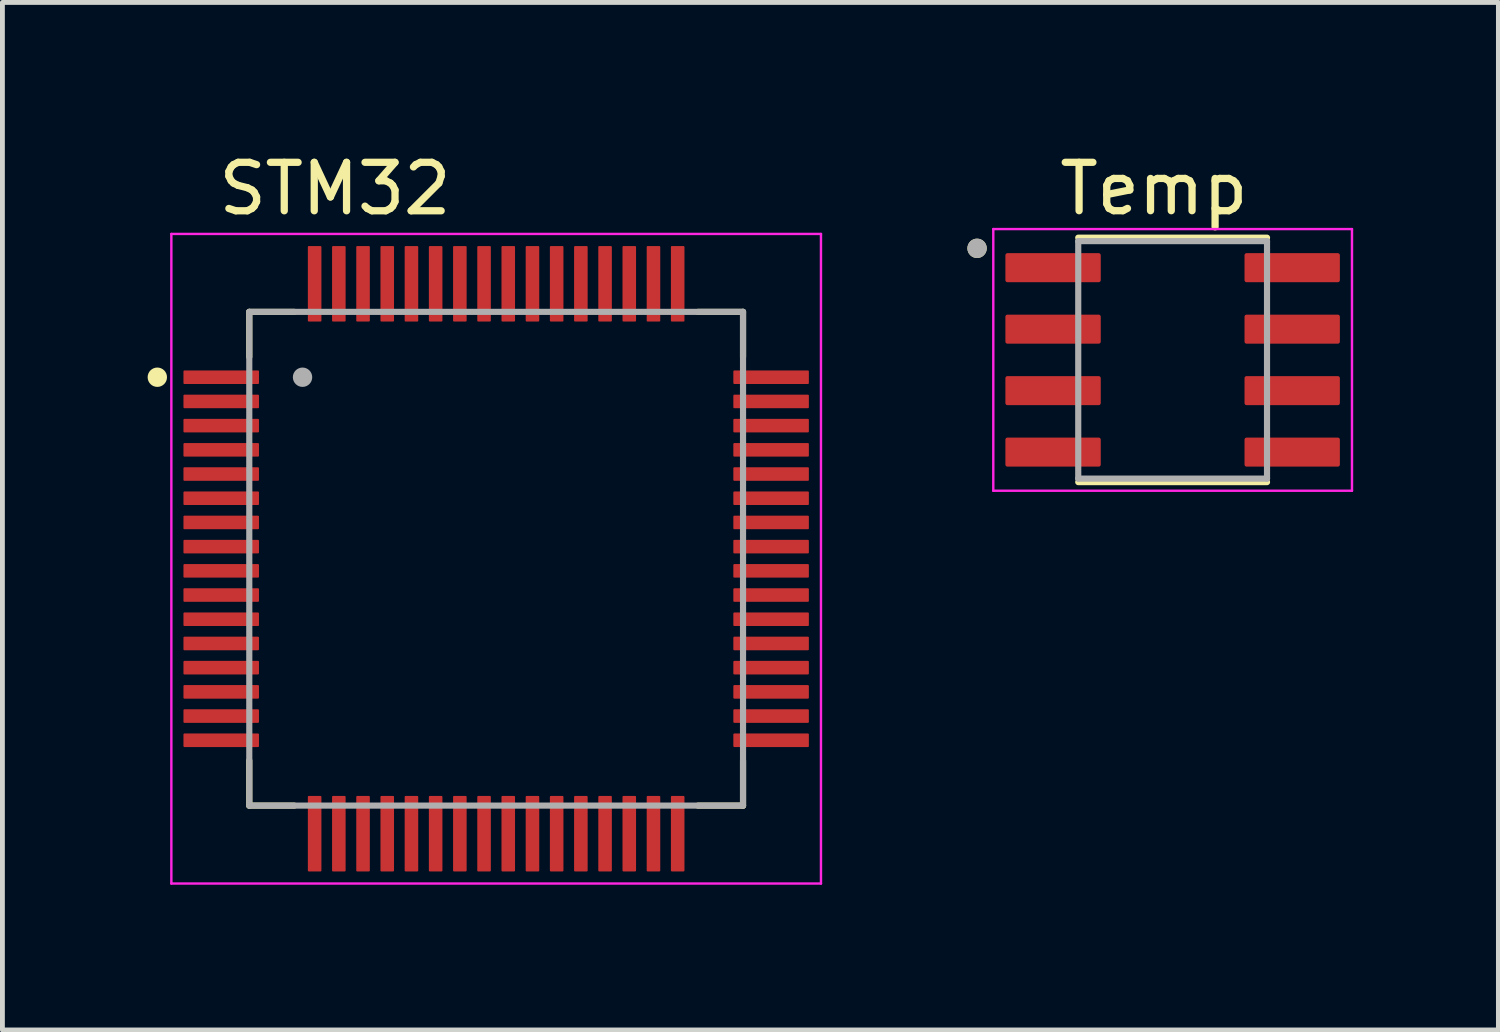
<source format=kicad_pcb>
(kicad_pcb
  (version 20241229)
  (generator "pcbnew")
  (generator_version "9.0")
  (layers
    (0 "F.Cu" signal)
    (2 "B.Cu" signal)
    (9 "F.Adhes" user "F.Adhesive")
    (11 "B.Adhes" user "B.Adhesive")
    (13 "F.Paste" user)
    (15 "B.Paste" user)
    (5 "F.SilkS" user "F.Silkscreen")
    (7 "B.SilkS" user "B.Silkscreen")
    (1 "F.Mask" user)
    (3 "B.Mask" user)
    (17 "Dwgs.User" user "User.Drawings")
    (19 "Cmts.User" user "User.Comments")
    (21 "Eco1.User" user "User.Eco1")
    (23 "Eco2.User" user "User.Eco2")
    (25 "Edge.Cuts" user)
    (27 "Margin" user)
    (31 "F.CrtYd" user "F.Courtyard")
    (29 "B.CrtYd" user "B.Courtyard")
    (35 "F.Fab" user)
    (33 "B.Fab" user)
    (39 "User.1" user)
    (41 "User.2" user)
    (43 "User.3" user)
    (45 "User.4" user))
  (footprint "Temp"
    (layer "F.Cu")
    (at 21.175 4.385)
    (property "Reference" "Temp" (at -0.385 -3.537 0) (layer "F.SilkS") (effects (font (size 1 1) (thickness 0.15))))
    (attr smd)
    (fp_line (start -1.95 -2.525) (end 1.95 -2.525) (stroke (width 0.127) (type solid)) (layer "F.SilkS"))
    (fp_line (start -1.95 2.525) (end 1.95 2.525) (stroke (width 0.127) (type solid)) (layer "F.SilkS"))
    (fp_circle (center -4.04 -2.305) (end -3.94 -2.305) (stroke (width 0.2) (type solid)) (fill no) (layer "F.SilkS"))
    (fp_line (start -3.705 -2.703) (end -3.705 2.703) (stroke (width 0.05) (type solid)) (layer "F.CrtYd"))
    (fp_line (start -3.705 -2.703) (end 3.705 -2.703) (stroke (width 0.05) (type solid)) (layer "F.CrtYd"))
    (fp_line (start -3.705 2.703) (end 3.705 2.703) (stroke (width 0.05) (type solid)) (layer "F.CrtYd"))
    (fp_line (start 3.705 -2.703) (end 3.705 2.703) (stroke (width 0.05) (type solid)) (layer "F.CrtYd"))
    (fp_line (start -1.95 -2.453) (end -1.95 2.453) (stroke (width 0.127) (type solid)) (layer "F.Fab"))
    (fp_line (start -1.95 -2.453) (end 1.95 -2.453) (stroke (width 0.127) (type solid)) (layer "F.Fab"))
    (fp_line (start -1.95 2.453) (end 1.95 2.453) (stroke (width 0.127) (type solid)) (layer "F.Fab"))
    (fp_line (start 1.95 -2.453) (end 1.95 2.453) (stroke (width 0.127) (type solid)) (layer "F.Fab"))
    (fp_circle (center -4.04 -2.305) (end -3.94 -2.305) (stroke (width 0.2) (type solid)) (fill no) (layer "F.Fab"))
    (pad "1" smd roundrect (at -2.47 -1.905) (size 1.97 0.6) (layers "F.Cu" "F.Mask" "F.Paste") (roundrect_rratio 0.07))
    (pad "2" smd roundrect (at -2.47 -0.635) (size 1.97 0.6) (layers "F.Cu" "F.Mask" "F.Paste") (roundrect_rratio 0.07))
    (pad "3" smd roundrect (at -2.47 0.635) (size 1.97 0.6) (layers "F.Cu" "F.Mask" "F.Paste") (roundrect_rratio 0.07))
    (pad "4" smd roundrect (at -2.47 1.905) (size 1.97 0.6) (layers "F.Cu" "F.Mask" "F.Paste") (roundrect_rratio 0.07))
    (pad "5" smd roundrect (at 2.47 1.905) (size 1.97 0.6) (layers "F.Cu" "F.Mask" "F.Paste") (roundrect_rratio 0.07))
    (pad "6" smd roundrect (at 2.47 0.635) (size 1.97 0.6) (layers "F.Cu" "F.Mask" "F.Paste") (roundrect_rratio 0.07))
    (pad "7" smd roundrect (at 2.47 -0.635) (size 1.97 0.6) (layers "F.Cu" "F.Mask" "F.Paste") (roundrect_rratio 0.07))
    (pad "8" smd roundrect (at 2.47 -1.905) (size 1.97 0.6) (layers "F.Cu" "F.Mask" "F.Paste") (roundrect_rratio 0.07)))
  (footprint "STM32"
    (layer "F.Cu")
    (at 7.2 8.493)
    (property "Reference" "STM32" (at -3.329 -7.644 0) (layer "F.SilkS") (effects (font (size 1.001 1.001) (thickness 0.15))))
    (attr smd)
    (fp_line (start -5.1 -5.1) (end -5.1 -4.17) (stroke (width 0.127) (type solid)) (layer "F.SilkS"))
    (fp_line (start -5.1 -5.1) (end -4.17 -5.1) (stroke (width 0.127) (type solid)) (layer "F.SilkS"))
    (fp_line (start -5.1 5.1) (end -5.1 4.17) (stroke (width 0.127) (type solid)) (layer "F.SilkS"))
    (fp_line (start -5.1 5.1) (end -4.17 5.1) (stroke (width 0.127) (type solid)) (layer "F.SilkS"))
    (fp_line (start 5.1 -5.1) (end 4.17 -5.1) (stroke (width 0.127) (type solid)) (layer "F.SilkS"))
    (fp_line (start 5.1 -5.1) (end 5.1 -4.17) (stroke (width 0.127) (type solid)) (layer "F.SilkS"))
    (fp_line (start 5.1 5.1) (end 4.17 5.1) (stroke (width 0.127) (type solid)) (layer "F.SilkS"))
    (fp_line (start 5.1 5.1) (end 5.1 4.17) (stroke (width 0.127) (type solid)) (layer "F.SilkS"))
    (fp_circle (center -7 -3.75) (end -6.9 -3.75) (stroke (width 0.2) (type solid)) (fill no) (layer "F.SilkS"))
    (fp_line (start -6.71 -6.71) (end 6.71 -6.71) (stroke (width 0.05) (type solid)) (layer "F.CrtYd"))
    (fp_line (start -6.71 6.71) (end -6.71 -6.71) (stroke (width 0.05) (type solid)) (layer "F.CrtYd"))
    (fp_line (start -6.71 6.71) (end 6.71 6.71) (stroke (width 0.05) (type solid)) (layer "F.CrtYd"))
    (fp_line (start 6.71 6.71) (end 6.71 -6.71) (stroke (width 0.05) (type solid)) (layer "F.CrtYd"))
    (fp_line (start -5.1 -5.1) (end 5.1 -5.1) (stroke (width 0.127) (type solid)) (layer "F.Fab"))
    (fp_line (start -5.1 5.1) (end -5.1 -5.1) (stroke (width 0.127) (type solid)) (layer "F.Fab"))
    (fp_line (start -5.1 5.1) (end 5.1 5.1) (stroke (width 0.127) (type solid)) (layer "F.Fab"))
    (fp_line (start 5.1 5.1) (end 5.1 -5.1) (stroke (width 0.127) (type solid)) (layer "F.Fab"))
    (fp_circle (center -4 -3.75) (end -3.9 -3.75) (stroke (width 0.2) (type solid)) (fill no) (layer "F.Fab"))
    (pad "1" smd roundrect (at -5.68 -3.75 180) (size 1.56 0.28) (layers "F.Cu" "F.Mask" "F.Paste") (roundrect_rratio 0.07))
    (pad "2" smd roundrect (at -5.68 -3.25 180) (size 1.56 0.28) (layers "F.Cu" "F.Mask" "F.Paste") (roundrect_rratio 0.07))
    (pad "3" smd roundrect (at -5.68 -2.75 180) (size 1.56 0.28) (layers "F.Cu" "F.Mask" "F.Paste") (roundrect_rratio 0.07))
    (pad "4" smd roundrect (at -5.68 -2.25 180) (size 1.56 0.28) (layers "F.Cu" "F.Mask" "F.Paste") (roundrect_rratio 0.07))
    (pad "5" smd roundrect (at -5.68 -1.75 180) (size 1.56 0.28) (layers "F.Cu" "F.Mask" "F.Paste") (roundrect_rratio 0.07))
    (pad "6" smd roundrect (at -5.68 -1.25 180) (size 1.56 0.28) (layers "F.Cu" "F.Mask" "F.Paste") (roundrect_rratio 0.07))
    (pad "7" smd roundrect (at -5.68 -0.75 180) (size 1.56 0.28) (layers "F.Cu" "F.Mask" "F.Paste") (roundrect_rratio 0.07))
    (pad "8" smd roundrect (at -5.68 -0.25 180) (size 1.56 0.28) (layers "F.Cu" "F.Mask" "F.Paste") (roundrect_rratio 0.07))
    (pad "9" smd roundrect (at -5.68 0.25 180) (size 1.56 0.28) (layers "F.Cu" "F.Mask" "F.Paste") (roundrect_rratio 0.07))
    (pad "10" smd roundrect (at -5.68 0.75 180) (size 1.56 0.28) (layers "F.Cu" "F.Mask" "F.Paste") (roundrect_rratio 0.07))
    (pad "11" smd roundrect (at -5.68 1.25 180) (size 1.56 0.28) (layers "F.Cu" "F.Mask" "F.Paste") (roundrect_rratio 0.07))
    (pad "12" smd roundrect (at -5.68 1.75 180) (size 1.56 0.28) (layers "F.Cu" "F.Mask" "F.Paste") (roundrect_rratio 0.07))
    (pad "13" smd roundrect (at -5.68 2.25 180) (size 1.56 0.28) (layers "F.Cu" "F.Mask" "F.Paste") (roundrect_rratio 0.07))
    (pad "14" smd roundrect (at -5.68 2.75 180) (size 1.56 0.28) (layers "F.Cu" "F.Mask" "F.Paste") (roundrect_rratio 0.07))
    (pad "15" smd roundrect (at -5.68 3.25 180) (size 1.56 0.28) (layers "F.Cu" "F.Mask" "F.Paste") (roundrect_rratio 0.07))
    (pad "16" smd roundrect (at -5.68 3.75 180) (size 1.56 0.28) (layers "F.Cu" "F.Mask" "F.Paste") (roundrect_rratio 0.07))
    (pad "17" smd roundrect (at -3.75 5.68 270) (size 1.56 0.28) (layers "F.Cu" "F.Mask" "F.Paste") (roundrect_rratio 0.07))
    (pad "18" smd roundrect (at -3.25 5.68 270) (size 1.56 0.28) (layers "F.Cu" "F.Mask" "F.Paste") (roundrect_rratio 0.07))
    (pad "19" smd roundrect (at -2.75 5.68 270) (size 1.56 0.28) (layers "F.Cu" "F.Mask" "F.Paste") (roundrect_rratio 0.07))
    (pad "20" smd roundrect (at -2.25 5.68 270) (size 1.56 0.28) (layers "F.Cu" "F.Mask" "F.Paste") (roundrect_rratio 0.07))
    (pad "21" smd roundrect (at -1.75 5.68 270) (size 1.56 0.28) (layers "F.Cu" "F.Mask" "F.Paste") (roundrect_rratio 0.07))
    (pad "22" smd roundrect (at -1.25 5.68 270) (size 1.56 0.28) (layers "F.Cu" "F.Mask" "F.Paste") (roundrect_rratio 0.07))
    (pad "23" smd roundrect (at -0.75 5.68 270) (size 1.56 0.28) (layers "F.Cu" "F.Mask" "F.Paste") (roundrect_rratio 0.07))
    (pad "24" smd roundrect (at -0.25 5.68 270) (size 1.56 0.28) (layers "F.Cu" "F.Mask" "F.Paste") (roundrect_rratio 0.07))
    (pad "25" smd roundrect (at 0.25 5.68 270) (size 1.56 0.28) (layers "F.Cu" "F.Mask" "F.Paste") (roundrect_rratio 0.07))
    (pad "26" smd roundrect (at 0.75 5.68 270) (size 1.56 0.28) (layers "F.Cu" "F.Mask" "F.Paste") (roundrect_rratio 0.07))
    (pad "27" smd roundrect (at 1.25 5.68 270) (size 1.56 0.28) (layers "F.Cu" "F.Mask" "F.Paste") (roundrect_rratio 0.07))
    (pad "28" smd roundrect (at 1.75 5.68 270) (size 1.56 0.28) (layers "F.Cu" "F.Mask" "F.Paste") (roundrect_rratio 0.07))
    (pad "29" smd roundrect (at 2.25 5.68 270) (size 1.56 0.28) (layers "F.Cu" "F.Mask" "F.Paste") (roundrect_rratio 0.07))
    (pad "30" smd roundrect (at 2.75 5.68 270) (size 1.56 0.28) (layers "F.Cu" "F.Mask" "F.Paste") (roundrect_rratio 0.07))
    (pad "31" smd roundrect (at 3.25 5.68 270) (size 1.56 0.28) (layers "F.Cu" "F.Mask" "F.Paste") (roundrect_rratio 0.07))
    (pad "32" smd roundrect (at 3.75 5.68 270) (size 1.56 0.28) (layers "F.Cu" "F.Mask" "F.Paste") (roundrect_rratio 0.07))
    (pad "33" smd roundrect (at 5.68 3.75) (size 1.56 0.28) (layers "F.Cu" "F.Mask" "F.Paste") (roundrect_rratio 0.07))
    (pad "34" smd roundrect (at 5.68 3.25) (size 1.56 0.28) (layers "F.Cu" "F.Mask" "F.Paste") (roundrect_rratio 0.07))
    (pad "35" smd roundrect (at 5.68 2.75) (size 1.56 0.28) (layers "F.Cu" "F.Mask" "F.Paste") (roundrect_rratio 0.07))
    (pad "36" smd roundrect (at 5.68 2.25) (size 1.56 0.28) (layers "F.Cu" "F.Mask" "F.Paste") (roundrect_rratio 0.07))
    (pad "37" smd roundrect (at 5.68 1.75) (size 1.56 0.28) (layers "F.Cu" "F.Mask" "F.Paste") (roundrect_rratio 0.07))
    (pad "38" smd roundrect (at 5.68 1.25) (size 1.56 0.28) (layers "F.Cu" "F.Mask" "F.Paste") (roundrect_rratio 0.07))
    (pad "39" smd roundrect (at 5.68 0.75) (size 1.56 0.28) (layers "F.Cu" "F.Mask" "F.Paste") (roundrect_rratio 0.07))
    (pad "40" smd roundrect (at 5.68 0.25) (size 1.56 0.28) (layers "F.Cu" "F.Mask" "F.Paste") (roundrect_rratio 0.07))
    (pad "41" smd roundrect (at 5.68 -0.25) (size 1.56 0.28) (layers "F.Cu" "F.Mask" "F.Paste") (roundrect_rratio 0.07))
    (pad "42" smd roundrect (at 5.68 -0.75) (size 1.56 0.28) (layers "F.Cu" "F.Mask" "F.Paste") (roundrect_rratio 0.07))
    (pad "43" smd roundrect (at 5.68 -1.25) (size 1.56 0.28) (layers "F.Cu" "F.Mask" "F.Paste") (roundrect_rratio 0.07))
    (pad "44" smd roundrect (at 5.68 -1.75) (size 1.56 0.28) (layers "F.Cu" "F.Mask" "F.Paste") (roundrect_rratio 0.07))
    (pad "45" smd roundrect (at 5.68 -2.25) (size 1.56 0.28) (layers "F.Cu" "F.Mask" "F.Paste") (roundrect_rratio 0.07))
    (pad "46" smd roundrect (at 5.68 -2.75) (size 1.56 0.28) (layers "F.Cu" "F.Mask" "F.Paste") (roundrect_rratio 0.07))
    (pad "47" smd roundrect (at 5.68 -3.25) (size 1.56 0.28) (layers "F.Cu" "F.Mask" "F.Paste") (roundrect_rratio 0.07))
    (pad "48" smd roundrect (at 5.68 -3.75) (size 1.56 0.28) (layers "F.Cu" "F.Mask" "F.Paste") (roundrect_rratio 0.07))
    (pad "49" smd roundrect (at 3.75 -5.68 90) (size 1.56 0.28) (layers "F.Cu" "F.Mask" "F.Paste") (roundrect_rratio 0.07))
    (pad "50" smd roundrect (at 3.25 -5.68 90) (size 1.56 0.28) (layers "F.Cu" "F.Mask" "F.Paste") (roundrect_rratio 0.07))
    (pad "51" smd roundrect (at 2.75 -5.68 90) (size 1.56 0.28) (layers "F.Cu" "F.Mask" "F.Paste") (roundrect_rratio 0.07))
    (pad "52" smd roundrect (at 2.25 -5.68 90) (size 1.56 0.28) (layers "F.Cu" "F.Mask" "F.Paste") (roundrect_rratio 0.07))
    (pad "53" smd roundrect (at 1.75 -5.68 90) (size 1.56 0.28) (layers "F.Cu" "F.Mask" "F.Paste") (roundrect_rratio 0.07))
    (pad "54" smd roundrect (at 1.25 -5.68 90) (size 1.56 0.28) (layers "F.Cu" "F.Mask" "F.Paste") (roundrect_rratio 0.07))
    (pad "55" smd roundrect (at 0.75 -5.68 90) (size 1.56 0.28) (layers "F.Cu" "F.Mask" "F.Paste") (roundrect_rratio 0.07))
    (pad "56" smd roundrect (at 0.25 -5.68 90) (size 1.56 0.28) (layers "F.Cu" "F.Mask" "F.Paste") (roundrect_rratio 0.07))
    (pad "57" smd roundrect (at -0.25 -5.68 90) (size 1.56 0.28) (layers "F.Cu" "F.Mask" "F.Paste") (roundrect_rratio 0.07))
    (pad "58" smd roundrect (at -0.75 -5.68 90) (size 1.56 0.28) (layers "F.Cu" "F.Mask" "F.Paste") (roundrect_rratio 0.07))
    (pad "59" smd roundrect (at -1.25 -5.68 90) (size 1.56 0.28) (layers "F.Cu" "F.Mask" "F.Paste") (roundrect_rratio 0.07))
    (pad "60" smd roundrect (at -1.75 -5.68 90) (size 1.56 0.28) (layers "F.Cu" "F.Mask" "F.Paste") (roundrect_rratio 0.07))
    (pad "61" smd roundrect (at -2.25 -5.68 90) (size 1.56 0.28) (layers "F.Cu" "F.Mask" "F.Paste") (roundrect_rratio 0.07))
    (pad "62" smd roundrect (at -2.75 -5.68 90) (size 1.56 0.28) (layers "F.Cu" "F.Mask" "F.Paste") (roundrect_rratio 0.07))
    (pad "63" smd roundrect (at -3.25 -5.68 90) (size 1.56 0.28) (layers "F.Cu" "F.Mask" "F.Paste") (roundrect_rratio 0.07))
    (pad "64" smd roundrect (at -3.75 -5.68 90) (size 1.56 0.28) (layers "F.Cu" "F.Mask" "F.Paste") (roundrect_rratio 0.07)))
  (gr_rect
    (start -3 -3)
    (end 27.905 18.228)
    (stroke (width 0.1) (type default))
    (fill no)
    (layer "Edge.Cuts")))
</source>
